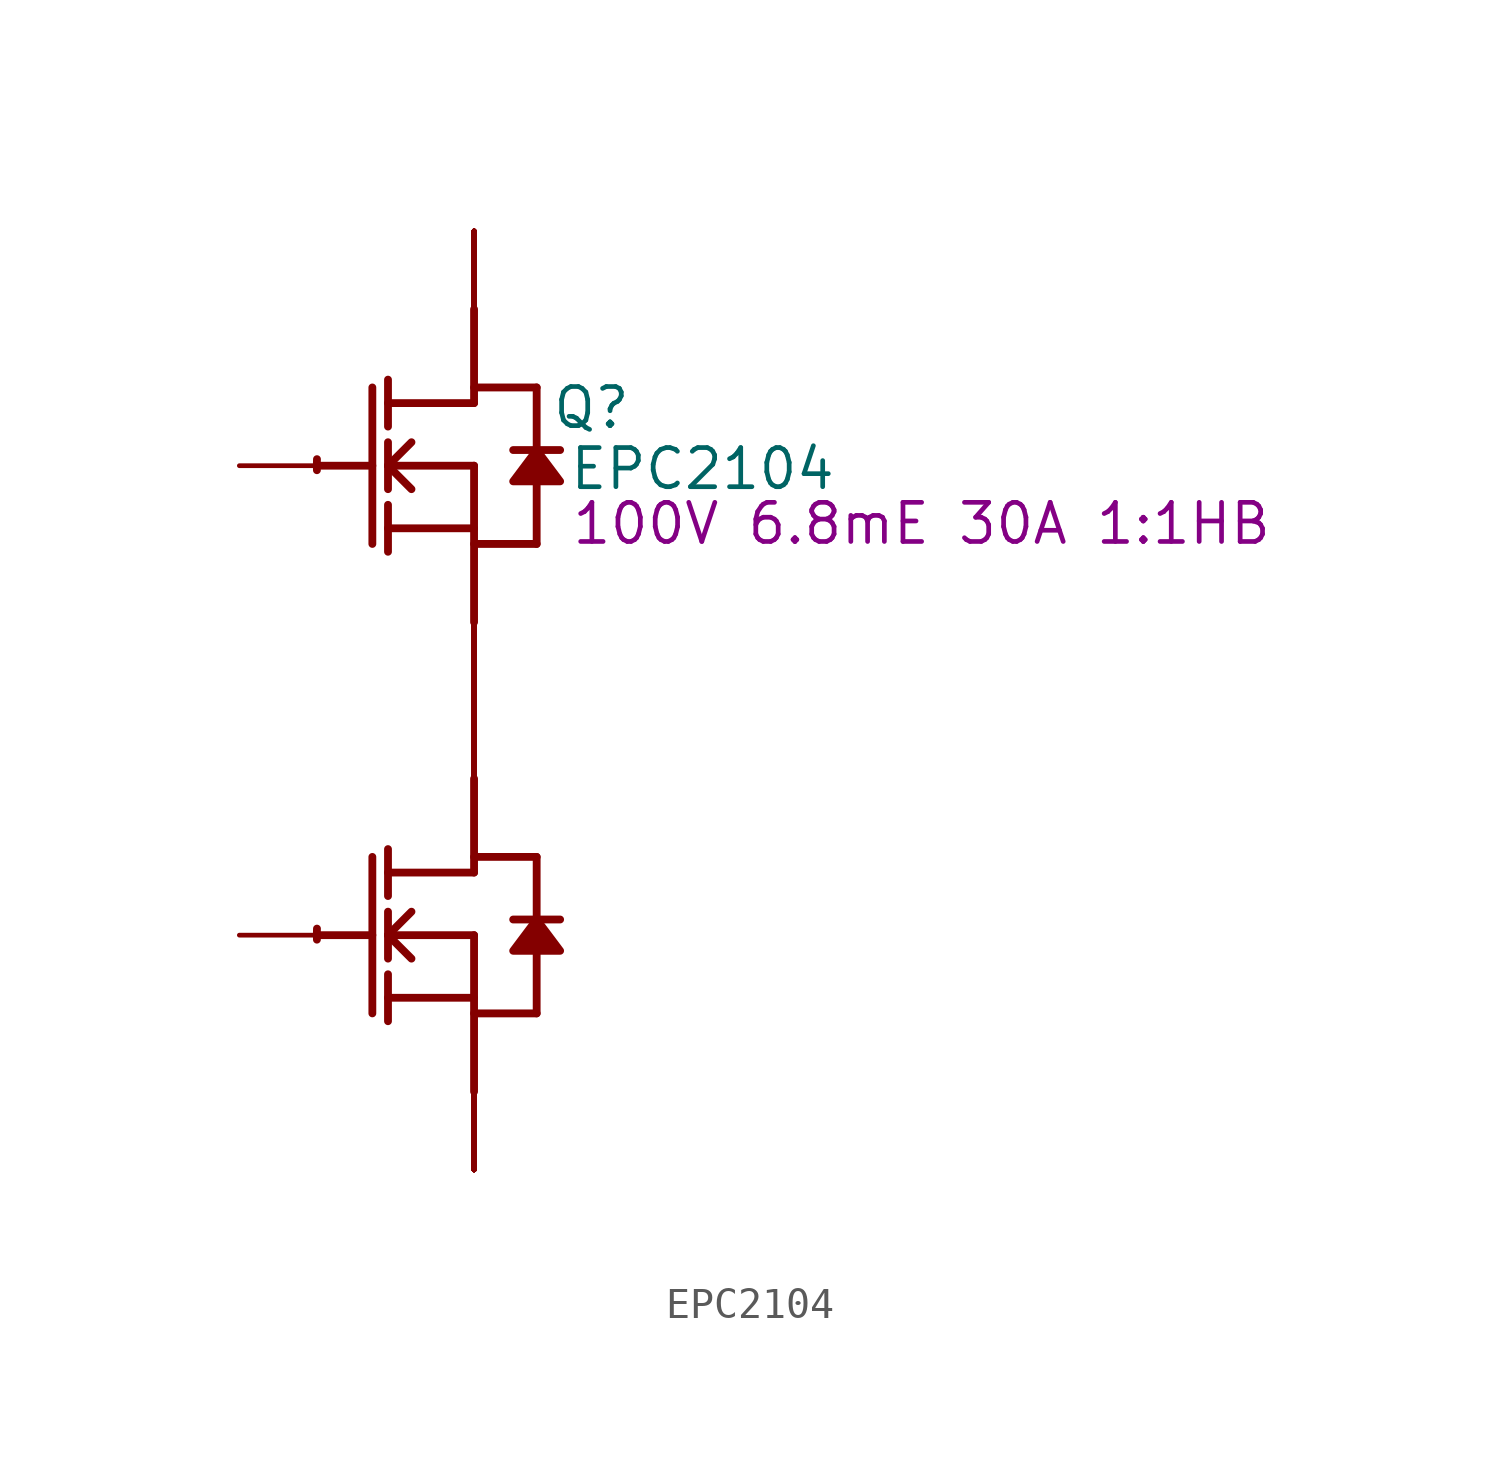
<source format=kicad_sym>
(kicad_symbol_lib
  (version 20220914)
  (generator kicad_symbol_editor)
  (symbol "EPC2104"
    (property "Reference" "Q"
      (at 3.81 1.88 0)
      (effects (font (size 1.27 1.27))))
    (property "Value" "EPC2104"
      (at 7.417 -0.102 0)
      (effects (font (size 1.27 1.27))))
    (property "Description" "100V 6.8mE 30A 1:1HB"
      (at 14.529 -1.88 0)
      (effects (font (size 1.27 1.27))))
    (symbol "EPC2104_1_0"
      (arc (start -5.0996 -15.0272) (mid -5.1039 -15.2069) (end -5.1019 -15.3867) (stroke (width 0.254) (type solid)) (fill (type none)))
      (arc (start -5.0996 0.2128) (mid -5.1039 0.0331) (end -5.1019 -0.1467) (stroke (width 0.254) (type solid)) (fill (type none)))
      (polyline (pts (xy -5.08 -15.24) (xy -3.302 -15.24)) (stroke (width 0.254) (type solid)) (fill (type none)))
      (polyline (pts (xy -5.08 0) (xy -3.302 0)) (stroke (width 0.254) (type solid)) (fill (type none)))
      (polyline (pts (xy -3.302 -12.7) (xy -3.302 -17.78)) (stroke (width 0.254) (type solid)) (fill (type none)))
      (polyline (pts (xy -3.302 2.54) (xy -3.302 -2.54)) (stroke (width 0.254) (type solid)) (fill (type none)))
      (polyline (pts (xy -2.794 -18.034) (xy -2.794 -16.51)) (stroke (width 0.254) (type solid)) (fill (type none)))
      (polyline (pts (xy -2.794 -17.272) (xy 0 -17.272)) (stroke (width 0.254) (type solid)) (fill (type none)))
      (polyline (pts (xy -2.794 -16.002) (xy -2.794 -14.478)) (stroke (width 0.254) (type solid)) (fill (type none)))
      (polyline (pts (xy -2.794 -15.24) (xy -2.032 -14.478)) (stroke (width 0.254) (type solid)) (fill (type none)))
      (polyline (pts (xy -2.794 -15.24) (xy 0 -15.24)) (stroke (width 0.254) (type solid)) (fill (type none)))
      (polyline (pts (xy -2.794 -13.97) (xy -2.794 -12.446)) (stroke (width 0.254) (type solid)) (fill (type none)))
      (polyline (pts (xy -2.794 -2.794) (xy -2.794 -1.27)) (stroke (width 0.254) (type solid)) (fill (type none)))
      (polyline (pts (xy -2.794 -2.032) (xy 0 -2.032)) (stroke (width 0.254) (type solid)) (fill (type none)))
      (polyline (pts (xy -2.794 -0.762) (xy -2.794 0.762)) (stroke (width 0.254) (type solid)) (fill (type none)))
      (polyline (pts (xy -2.794 0) (xy -2.032 0.762)) (stroke (width 0.254) (type solid)) (fill (type none)))
      (polyline (pts (xy -2.794 0) (xy 0 0)) (stroke (width 0.254) (type solid)) (fill (type none)))
      (polyline (pts (xy -2.794 1.27) (xy -2.794 2.794)) (stroke (width 0.254) (type solid)) (fill (type none)))
      (polyline (pts (xy -2.032 -16.002) (xy -2.794 -15.24)) (stroke (width 0.254) (type solid)) (fill (type none)))
      (polyline (pts (xy -2.032 -0.762) (xy -2.794 0)) (stroke (width 0.254) (type solid)) (fill (type none)))
      (polyline (pts (xy 0 -17.78) (xy 2.032 -17.78)) (stroke (width 0.254) (type solid)) (fill (type none)))
      (polyline (pts (xy 0 -15.24) (xy 0 -20.32)) (stroke (width 0.254) (type solid)) (fill (type none)))
      (polyline (pts (xy 0 -13.208) (xy -2.794 -13.208)) (stroke (width 0.254) (type solid)) (fill (type none)))
      (polyline (pts (xy 0 -13.208) (xy 0 -10.16)) (stroke (width 0.254) (type solid)) (fill (type none)))
      (polyline (pts (xy 0 -12.7) (xy 2.032 -12.7)) (stroke (width 0.254) (type solid)) (fill (type none)))
      (polyline (pts (xy 0 -2.54) (xy 2.032 -2.54)) (stroke (width 0.254) (type solid)) (fill (type none)))
      (polyline (pts (xy 0 0) (xy 0 -5.08)) (stroke (width 0.254) (type solid)) (fill (type none)))
      (polyline (pts (xy 0 2.032) (xy -2.794 2.032)) (stroke (width 0.254) (type solid)) (fill (type none)))
      (polyline (pts (xy 0 2.032) (xy 0 5.08)) (stroke (width 0.254) (type solid)) (fill (type none)))
      (polyline (pts (xy 0 2.54) (xy 2.032 2.54)) (stroke (width 0.254) (type solid)) (fill (type none)))
      (polyline (pts (xy 2.032 -15.748) (xy 2.032 -17.78)) (stroke (width 0.254) (type solid)) (fill (type none)))
      (polyline (pts (xy 2.032 -12.7) (xy 2.032 -14.732)) (stroke (width 0.254) (type solid)) (fill (type none)))
      (polyline (pts (xy 2.032 -0.508) (xy 2.032 -2.54)) (stroke (width 0.254) (type solid)) (fill (type none)))
      (polyline (pts (xy 2.032 2.54) (xy 2.032 0.508)) (stroke (width 0.254) (type solid)) (fill (type none)))
      (polyline (pts (xy 2.794 -14.732) (xy 1.27 -14.732)) (stroke (width 0.254) (type solid)) (fill (type none)))
      (polyline (pts (xy 2.794 0.508) (xy 1.27 0.508)) (stroke (width 0.254) (type solid)) (fill (type none)))
      (polyline (pts (xy 2.032 -14.732) (xy 1.27 -15.748) (xy 2.794 -15.748) (xy 2.032 -14.732)) (stroke (width 0.254) (type solid)) (fill (type outline)))
      (polyline (pts (xy 2.032 0.508) (xy 1.27 -0.508) (xy 2.794 -0.508) (xy 2.032 0.508)) (stroke (width 0.254) (type solid)) (fill (type outline)))
      (pin open_collector line (at 0 7.62 270) (length 2.54) (name "D1" (effects (font (size 0 0)))) (number "1" (effects (font (size 0 0)))))
      (pin open_collector line (at 0 -7.62 270) (length 2.54) (name "D2" (effects (font (size 0 0)))) (number "10" (effects (font (size 0 0)))))
      (pin open_collector line (at 0 7.62 270) (length 2.54) (name "D1" (effects (font (size 0 0)))) (number "11" (effects (font (size 0 0)))))
      (pin open_emitter line (at 0 7.62 270) (length 2.54) (name "D1" (effects (font (size 0 0)))) (number "12" (effects (font (size 0 0)))))
      (pin open_emitter line (at 0 7.62 270) (length 2.54) (name "D1" (effects (font (size 0 0)))) (number "13" (effects (font (size 0 0)))))
      (pin open_emitter line (at 0 -22.86 90) (length 2.54) (name "S2" (effects (font (size 0 0)))) (number "14" (effects (font (size 0 0)))))
      (pin open_emitter line (at 0 -22.86 90) (length 2.54) (name "S2" (effects (font (size 0 0)))) (number "15" (effects (font (size 0 0)))))
      (pin open_emitter line (at 0 -7.62 90) (length 2.54) (name "S1" (effects (font (size 0 0)))) (number "16" (effects (font (size 0 0)))))
      (pin open_collector line (at 0 -7.62 90) (length 2.54) (name "S1" (effects (font (size 0 0)))) (number "17" (effects (font (size 0 0)))))
      (pin open_collector line (at 0 -7.62 90) (length 2.54) (name "S1" (effects (font (size 0 0)))) (number "18" (effects (font (size 0 0)))))
      (pin open_collector line (at 0 -7.62 270) (length 2.54) (name "D2" (effects (font (size 0 0)))) (number "19" (effects (font (size 0 0)))))
      (pin passive line (at -7.62 0 0) (length 2.54) (name "G1" (effects (font (size 0 0)))) (number "2" (effects (font (size 0 0)))))
      (pin open_collector line (at 0 -7.62 270) (length 2.54) (name "D2" (effects (font (size 0 0)))) (number "20" (effects (font (size 0 0)))))
      (pin open_collector line (at 0 7.62 270) (length 2.54) (name "D1" (effects (font (size 0 0)))) (number "21" (effects (font (size 0 0)))))
      (pin open_emitter line (at 0 7.62 270) (length 2.54) (name "D1" (effects (font (size 0 0)))) (number "22" (effects (font (size 0 0)))))
      (pin open_emitter line (at 0 7.62 270) (length 2.54) (name "D1" (effects (font (size 0 0)))) (number "23" (effects (font (size 0 0)))))
      (pin open_emitter line (at 0 -22.86 90) (length 2.54) (name "S2" (effects (font (size 0 0)))) (number "24" (effects (font (size 0 0)))))
      (pin open_emitter line (at 0 -22.86 90) (length 2.54) (name "S2" (effects (font (size 0 0)))) (number "25" (effects (font (size 0 0)))))
      (pin open_emitter line (at 0 -7.62 90) (length 2.54) (name "S1" (effects (font (size 0 0)))) (number "26" (effects (font (size 0 0)))))
      (pin open_collector line (at 0 -7.62 90) (length 2.54) (name "S1" (effects (font (size 0 0)))) (number "27" (effects (font (size 0 0)))))
      (pin open_collector line (at 0 -7.62 90) (length 2.54) (name "S1" (effects (font (size 0 0)))) (number "28" (effects (font (size 0 0)))))
      (pin open_collector line (at 0 -7.62 270) (length 2.54) (name "D2" (effects (font (size 0 0)))) (number "29" (effects (font (size 0 0)))))
      (pin passive line (at 0 -7.62 90) (length 2.54) (name "SG1" (effects (font (size 0 0)))) (number "3" (effects (font (size 0 0)))))
      (pin open_collector line (at 0 -7.62 270) (length 2.54) (name "D2" (effects (font (size 0 0)))) (number "30" (effects (font (size 0 0)))))
      (pin open_collector line (at 0 7.62 270) (length 2.54) (name "D1" (effects (font (size 0 0)))) (number "31" (effects (font (size 0 0)))))
      (pin open_emitter line (at 0 7.62 270) (length 2.54) (name "D1" (effects (font (size 0 0)))) (number "32" (effects (font (size 0 0)))))
      (pin open_emitter line (at 0 7.62 270) (length 2.54) (name "D1" (effects (font (size 0 0)))) (number "33" (effects (font (size 0 0)))))
      (pin open_emitter line (at 0 -22.86 90) (length 2.54) (name "S2" (effects (font (size 0 0)))) (number "34" (effects (font (size 0 0)))))
      (pin open_emitter line (at 0 -22.86 90) (length 2.54) (name "S2" (effects (font (size 0 0)))) (number "35" (effects (font (size 0 0)))))
      (pin open_emitter line (at 0 -7.62 90) (length 2.54) (name "S1" (effects (font (size 0 0)))) (number "36" (effects (font (size 0 0)))))
      (pin open_collector line (at 0 -7.62 90) (length 2.54) (name "S1" (effects (font (size 0 0)))) (number "37" (effects (font (size 0 0)))))
      (pin open_collector line (at 0 -7.62 90) (length 2.54) (name "S1" (effects (font (size 0 0)))) (number "38" (effects (font (size 0 0)))))
      (pin open_collector line (at 0 -7.62 270) (length 2.54) (name "D2" (effects (font (size 0 0)))) (number "39" (effects (font (size 0 0)))))
      (pin passive line (at -7.62 -15.24 0) (length 2.54) (name "G2" (effects (font (size 0 0)))) (number "4" (effects (font (size 0 0)))))
      (pin open_collector line (at 0 -7.62 270) (length 2.54) (name "D2" (effects (font (size 0 0)))) (number "40" (effects (font (size 0 0)))))
      (pin open_collector line (at 0 7.62 270) (length 2.54) (name "D1" (effects (font (size 0 0)))) (number "41" (effects (font (size 0 0)))))
      (pin open_emitter line (at 0 7.62 270) (length 2.54) (name "D1" (effects (font (size 0 0)))) (number "42" (effects (font (size 0 0)))))
      (pin open_emitter line (at 0 -22.86 90) (length 2.54) (name "S2" (effects (font (size 0 0)))) (number "43" (effects (font (size 0 0)))))
      (pin open_emitter line (at 0 -22.86 90) (length 2.54) (name "S2" (effects (font (size 0 0)))) (number "44" (effects (font (size 0 0)))))
      (pin open_emitter line (at 0 -22.86 90) (length 2.54) (name "S2" (effects (font (size 0 0)))) (number "45" (effects (font (size 0 0)))))
      (pin open_emitter line (at 0 -7.62 90) (length 2.54) (name "S1" (effects (font (size 0 0)))) (number "46" (effects (font (size 0 0)))))
      (pin open_collector line (at 0 -7.62 90) (length 2.54) (name "S1" (effects (font (size 0 0)))) (number "47" (effects (font (size 0 0)))))
      (pin open_collector line (at 0 -7.62 90) (length 2.54) (name "S1" (effects (font (size 0 0)))) (number "48" (effects (font (size 0 0)))))
      (pin open_collector line (at 0 -7.62 270) (length 2.54) (name "D2" (effects (font (size 0 0)))) (number "49" (effects (font (size 0 0)))))
      (pin open_emitter line (at 0 -22.86 90) (length 2.54) (name "S2" (effects (font (size 0 0)))) (number "5" (effects (font (size 0 0)))))
      (pin open_collector line (at 0 -7.62 270) (length 2.54) (name "D2" (effects (font (size 0 0)))) (number "50" (effects (font (size 0 0)))))
      (pin open_collector line (at 0 7.62 270) (length 2.54) (name "D1" (effects (font (size 0 0)))) (number "51" (effects (font (size 0 0)))))
      (pin open_emitter line (at 0 7.62 270) (length 2.54) (name "D1" (effects (font (size 0 0)))) (number "52" (effects (font (size 0 0)))))
      (pin open_emitter line (at 0 -22.86 90) (length 2.54) (name "S2" (effects (font (size 0 0)))) (number "53" (effects (font (size 0 0)))))
      (pin open_emitter line (at 0 -22.86 90) (length 2.54) (name "S2" (effects (font (size 0 0)))) (number "54" (effects (font (size 0 0)))))
      (pin open_emitter line (at 0 -22.86 90) (length 2.54) (name "S2" (effects (font (size 0 0)))) (number "55" (effects (font (size 0 0)))))
      (pin open_emitter line (at 0 -7.62 90) (length 2.54) (name "S1" (effects (font (size 0 0)))) (number "56" (effects (font (size 0 0)))))
      (pin open_collector line (at 0 -7.62 90) (length 2.54) (name "S1" (effects (font (size 0 0)))) (number "57" (effects (font (size 0 0)))))
      (pin open_collector line (at 0 -7.62 90) (length 2.54) (name "S1" (effects (font (size 0 0)))) (number "58" (effects (font (size 0 0)))))
      (pin open_collector line (at 0 -7.62 270) (length 2.54) (name "D2" (effects (font (size 0 0)))) (number "59" (effects (font (size 0 0)))))
      (pin open_emitter line (at 0 -7.62 90) (length 2.54) (name "S1" (effects (font (size 0 0)))) (number "6" (effects (font (size 0 0)))))
      (pin open_collector line (at 0 -7.62 270) (length 2.54) (name "D2" (effects (font (size 0 0)))) (number "60" (effects (font (size 0 0)))))
      (pin open_collector line (at 0 7.62 270) (length 2.54) (name "D1" (effects (font (size 0 0)))) (number "61" (effects (font (size 0 0)))))
      (pin open_emitter line (at 0 7.62 270) (length 2.54) (name "D1" (effects (font (size 0 0)))) (number "62" (effects (font (size 0 0)))))
      (pin open_emitter line (at 0 -22.86 90) (length 2.54) (name "S2" (effects (font (size 0 0)))) (number "63" (effects (font (size 0 0)))))
      (pin open_emitter line (at 0 -22.86 90) (length 2.54) (name "S2" (effects (font (size 0 0)))) (number "64" (effects (font (size 0 0)))))
      (pin open_emitter line (at 0 -22.86 90) (length 2.54) (name "S2" (effects (font (size 0 0)))) (number "65" (effects (font (size 0 0)))))
      (pin open_emitter line (at 0 -7.62 90) (length 2.54) (name "S1" (effects (font (size 0 0)))) (number "66" (effects (font (size 0 0)))))
      (pin open_collector line (at 0 -7.62 90) (length 2.54) (name "S1" (effects (font (size 0 0)))) (number "67" (effects (font (size 0 0)))))
      (pin open_collector line (at 0 -7.62 90) (length 2.54) (name "S1" (effects (font (size 0 0)))) (number "68" (effects (font (size 0 0)))))
      (pin open_collector line (at 0 -7.62 270) (length 2.54) (name "D2" (effects (font (size 0 0)))) (number "69" (effects (font (size 0 0)))))
      (pin open_collector line (at 0 -7.62 90) (length 2.54) (name "S1" (effects (font (size 0 0)))) (number "7" (effects (font (size 0 0)))))
      (pin open_collector line (at 0 -7.62 270) (length 2.54) (name "D2" (effects (font (size 0 0)))) (number "70" (effects (font (size 0 0)))))
      (pin open_collector line (at 0 7.62 270) (length 2.54) (name "D1" (effects (font (size 0 0)))) (number "71" (effects (font (size 0 0)))))
      (pin open_emitter line (at 0 7.62 270) (length 2.54) (name "D1" (effects (font (size 0 0)))) (number "72" (effects (font (size 0 0)))))
      (pin open_emitter line (at 0 -22.86 90) (length 2.54) (name "S2" (effects (font (size 0 0)))) (number "73" (effects (font (size 0 0)))))
      (pin open_emitter line (at 0 -22.86 90) (length 2.54) (name "S2" (effects (font (size 0 0)))) (number "74" (effects (font (size 0 0)))))
      (pin open_emitter line (at 0 -22.86 90) (length 2.54) (name "S2" (effects (font (size 0 0)))) (number "75" (effects (font (size 0 0)))))
      (pin open_collector line (at 0 -7.62 90) (length 2.54) (name "S1" (effects (font (size 0 0)))) (number "8" (effects (font (size 0 0)))))
      (pin open_collector line (at 0 -7.62 270) (length 2.54) (name "D2" (effects (font (size 0 0)))) (number "9" (effects (font (size 0 0))))))))
</source>
